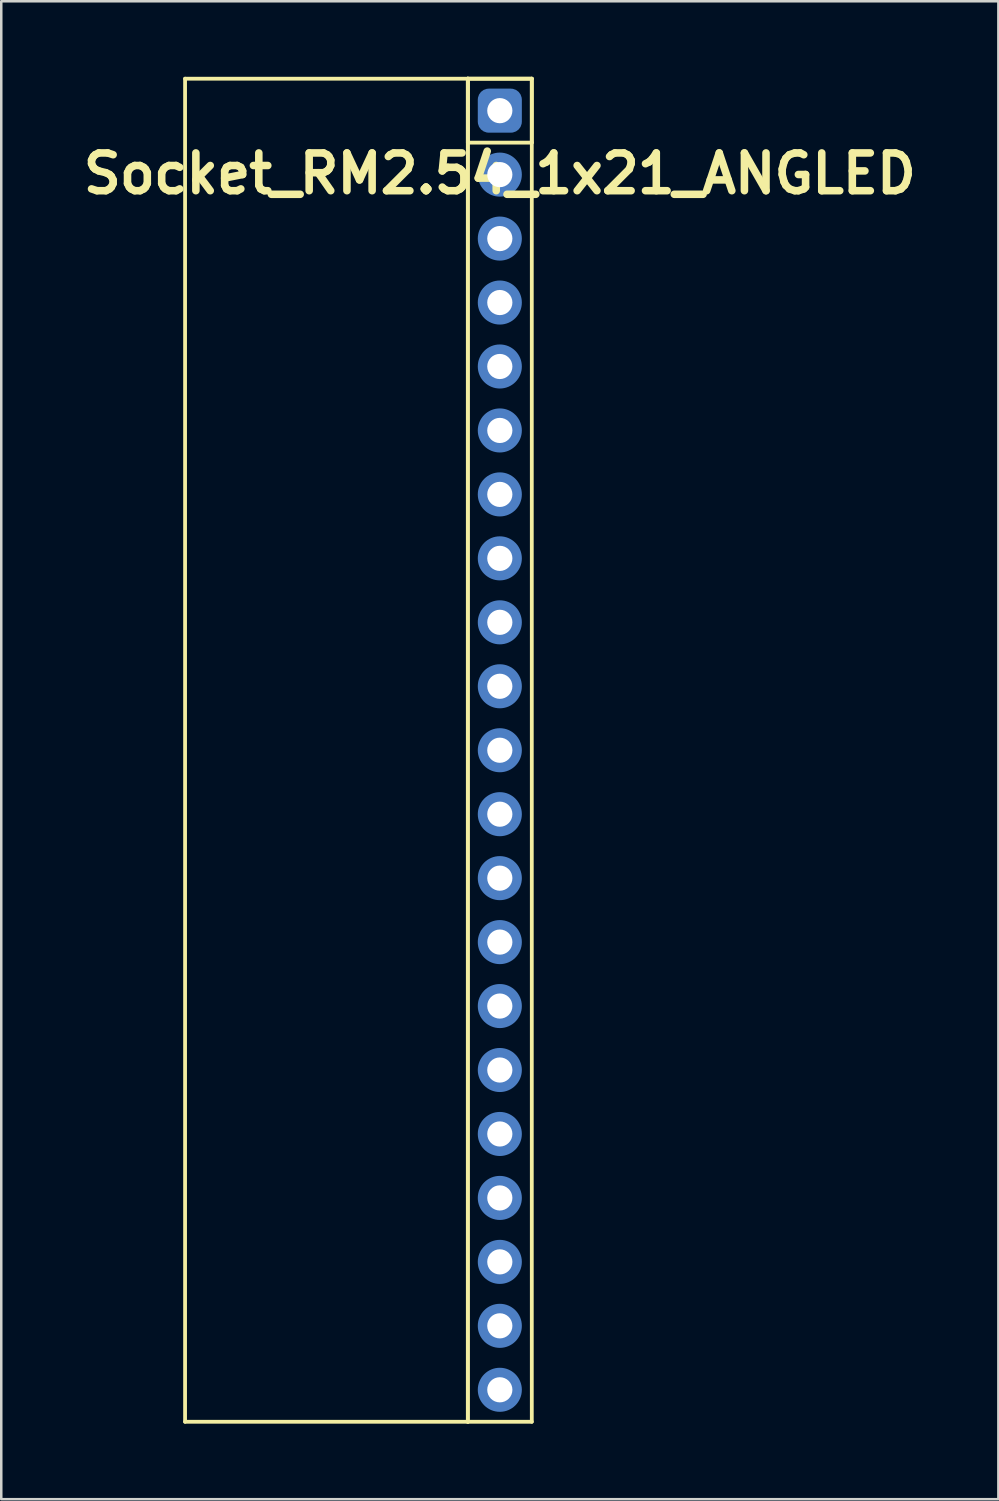
<source format=kicad_pcb>
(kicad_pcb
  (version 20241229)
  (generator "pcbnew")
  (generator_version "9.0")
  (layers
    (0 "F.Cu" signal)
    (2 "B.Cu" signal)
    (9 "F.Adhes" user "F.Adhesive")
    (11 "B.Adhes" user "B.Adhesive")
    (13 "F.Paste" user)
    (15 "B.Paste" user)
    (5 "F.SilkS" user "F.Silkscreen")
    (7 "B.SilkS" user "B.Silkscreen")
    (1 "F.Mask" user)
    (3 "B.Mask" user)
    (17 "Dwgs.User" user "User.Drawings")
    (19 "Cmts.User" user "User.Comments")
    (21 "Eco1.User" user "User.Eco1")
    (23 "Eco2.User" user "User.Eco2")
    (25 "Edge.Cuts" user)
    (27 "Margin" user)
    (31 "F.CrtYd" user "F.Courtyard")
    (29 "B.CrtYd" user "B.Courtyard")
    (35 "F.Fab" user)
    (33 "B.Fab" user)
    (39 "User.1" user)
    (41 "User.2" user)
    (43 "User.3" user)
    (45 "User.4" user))
  (footprint "Socket_RM2.54_1x21_ANGLED"
    (layer "F.Cu")
    (at 16.8 1.345)
    (property "Reference" "Socket_RM2.54_1x21_ANGLED" (at 0 2.5 0) (layer "F.SilkS") (effects (font (size 1.5 1.5) (thickness 0.3))))
    (attr through_hole)
    (fp_line (start -12.5 -1.27) (end -1.27 -1.27) (stroke (width 0.15) (type solid)) (layer "F.SilkS"))
    (fp_line (start -12.5 52.07) (end -12.5 -1.27) (stroke (width 0.15) (type solid)) (layer "F.SilkS"))
    (fp_line (start -1.27 -1.27) (end -1.27 52.07) (stroke (width 0.15) (type solid)) (layer "F.SilkS"))
    (fp_line (start -1.27 -1.27) (end 1.27 -1.27) (stroke (width 0.15) (type solid)) (layer "F.SilkS"))
    (fp_line (start -1.27 -1.27) (end 1.27 -1.27) (stroke (width 0.15) (type solid)) (layer "F.SilkS"))
    (fp_line (start -1.27 1.27) (end -1.27 -1.27) (stroke (width 0.15) (type solid)) (layer "F.SilkS"))
    (fp_line (start -1.27 52.07) (end -12.5 52.07) (stroke (width 0.15) (type solid)) (layer "F.SilkS"))
    (fp_line (start -1.27 52.07) (end -1.27 -1.27) (stroke (width 0.15) (type solid)) (layer "F.SilkS"))
    (fp_line (start 1.27 -1.27) (end 1.27 1.27) (stroke (width 0.15) (type solid)) (layer "F.SilkS"))
    (fp_line (start 1.27 -1.27) (end 1.27 52.07) (stroke (width 0.15) (type solid)) (layer "F.SilkS"))
    (fp_line (start 1.27 1.27) (end -1.27 1.27) (stroke (width 0.15) (type solid)) (layer "F.SilkS"))
    (fp_line (start 1.27 52.07) (end -1.27 52.07) (stroke (width 0.15) (type solid)) (layer "F.SilkS"))
    (pad "1" thru_hole circle (at 0 0) (size 1.3 1.3) (drill 1) (layers "*.Cu" "*.Mask"))
    (pad "1" smd roundrect (at 0 0) (size 1.5 1.5) (layers "F.Cu" "F.Mask") (roundrect_rratio 0.25))
    (pad "1" smd roundrect (at 0 0) (size 1.75 1.75) (layers "B.Cu" "B.Mask") (roundrect_rratio 0.25))
    (pad "2" thru_hole circle (at 0 2.54) (size 1.3 1.3) (drill 1) (layers "*.Cu" "*.Mask"))
    (pad "2" smd circle (at 0 2.54) (size 1.5 1.5) (layers "F.Cu" "F.Mask"))
    (pad "2" smd circle (at 0 2.54) (size 1.75 1.75) (layers "B.Cu" "B.Mask"))
    (pad "3" thru_hole circle (at 0 5.08) (size 1.3 1.3) (drill 1) (layers "*.Cu" "*.Mask"))
    (pad "3" smd circle (at 0 5.08) (size 1.5 1.5) (layers "F.Cu" "F.Mask"))
    (pad "3" smd circle (at 0 5.08) (size 1.75 1.75) (layers "B.Cu" "B.Mask"))
    (pad "4" thru_hole circle (at 0 7.62) (size 1.3 1.3) (drill 1) (layers "*.Cu" "*.Mask"))
    (pad "4" smd circle (at 0 7.62) (size 1.5 1.5) (layers "F.Cu" "F.Mask"))
    (pad "4" smd circle (at 0 7.62) (size 1.75 1.75) (layers "B.Cu" "B.Mask"))
    (pad "5" thru_hole circle (at 0 10.16) (size 1.3 1.3) (drill 1) (layers "*.Cu" "*.Mask"))
    (pad "5" smd circle (at 0 10.16) (size 1.5 1.5) (layers "F.Cu" "F.Mask"))
    (pad "5" smd circle (at 0 10.16) (size 1.75 1.75) (layers "B.Cu" "B.Mask"))
    (pad "6" thru_hole circle (at 0 12.7) (size 1.3 1.3) (drill 1) (layers "*.Cu" "*.Mask"))
    (pad "6" smd circle (at 0 12.7) (size 1.5 1.5) (layers "F.Cu" "F.Mask"))
    (pad "6" smd circle (at 0 12.7) (size 1.75 1.75) (layers "B.Cu" "B.Mask"))
    (pad "7" thru_hole circle (at 0 15.24) (size 1.3 1.3) (drill 1) (layers "*.Cu" "*.Mask"))
    (pad "7" smd circle (at 0 15.24) (size 1.5 1.5) (layers "F.Cu" "F.Mask"))
    (pad "7" smd circle (at 0 15.24) (size 1.75 1.75) (layers "B.Cu" "B.Mask"))
    (pad "8" thru_hole circle (at 0 17.78) (size 1.3 1.3) (drill 1) (layers "*.Cu" "*.Mask"))
    (pad "8" smd circle (at 0 17.78) (size 1.5 1.5) (layers "F.Cu" "F.Mask"))
    (pad "8" smd circle (at 0 17.78) (size 1.75 1.75) (layers "B.Cu" "B.Mask"))
    (pad "9" thru_hole circle (at 0 20.32) (size 1.3 1.3) (drill 1) (layers "*.Cu" "*.Mask"))
    (pad "9" smd circle (at 0 20.32) (size 1.5 1.5) (layers "F.Cu" "F.Mask"))
    (pad "9" smd circle (at 0 20.32) (size 1.75 1.75) (layers "B.Cu" "B.Mask"))
    (pad "10" thru_hole circle (at 0 22.86) (size 1.3 1.3) (drill 1) (layers "*.Cu" "*.Mask"))
    (pad "10" smd circle (at 0 22.86) (size 1.5 1.5) (layers "F.Cu" "F.Mask"))
    (pad "10" smd circle (at 0 22.86) (size 1.75 1.75) (layers "B.Cu" "B.Mask"))
    (pad "11" thru_hole circle (at 0 25.4) (size 1.3 1.3) (drill 1) (layers "*.Cu" "*.Mask"))
    (pad "11" smd circle (at 0 25.4) (size 1.5 1.5) (layers "F.Cu" "F.Mask"))
    (pad "11" smd circle (at 0 25.4) (size 1.75 1.75) (layers "B.Cu" "B.Mask"))
    (pad "12" thru_hole circle (at 0 27.94) (size 1.3 1.3) (drill 1) (layers "*.Cu" "*.Mask"))
    (pad "12" smd circle (at 0 27.94) (size 1.5 1.5) (layers "F.Cu" "F.Mask"))
    (pad "12" smd circle (at 0 27.94) (size 1.75 1.75) (layers "B.Cu" "B.Mask"))
    (pad "13" thru_hole circle (at 0 30.48) (size 1.3 1.3) (drill 1) (layers "*.Cu" "*.Mask"))
    (pad "13" smd circle (at 0 30.48) (size 1.5 1.5) (layers "F.Cu" "F.Mask"))
    (pad "13" smd circle (at 0 30.48) (size 1.75 1.75) (layers "B.Cu" "B.Mask"))
    (pad "14" thru_hole circle (at 0 33.02) (size 1.3 1.3) (drill 1) (layers "*.Cu" "*.Mask"))
    (pad "14" smd circle (at 0 33.02) (size 1.5 1.5) (layers "F.Cu" "F.Mask"))
    (pad "14" smd circle (at 0 33.02) (size 1.75 1.75) (layers "B.Cu" "B.Mask"))
    (pad "15" thru_hole circle (at 0 35.56) (size 1.3 1.3) (drill 1) (layers "*.Cu" "*.Mask"))
    (pad "15" smd circle (at 0 35.56) (size 1.5 1.5) (layers "F.Cu" "F.Mask"))
    (pad "15" smd circle (at 0 35.56) (size 1.75 1.75) (layers "B.Cu" "B.Mask"))
    (pad "16" thru_hole circle (at 0 38.1) (size 1.3 1.3) (drill 1) (layers "*.Cu" "*.Mask"))
    (pad "16" smd circle (at 0 38.1) (size 1.5 1.5) (layers "F.Cu" "F.Mask"))
    (pad "16" smd circle (at 0 38.1) (size 1.75 1.75) (layers "B.Cu" "B.Mask"))
    (pad "17" thru_hole circle (at 0 40.64) (size 1.3 1.3) (drill 1) (layers "*.Cu" "*.Mask"))
    (pad "17" smd circle (at 0 40.64) (size 1.5 1.5) (layers "F.Cu" "F.Mask"))
    (pad "17" smd circle (at 0 40.64) (size 1.75 1.75) (layers "B.Cu" "B.Mask"))
    (pad "18" thru_hole circle (at 0 43.18) (size 1.3 1.3) (drill 1) (layers "*.Cu" "*.Mask"))
    (pad "18" smd circle (at 0 43.18) (size 1.5 1.5) (layers "F.Cu" "F.Mask"))
    (pad "18" smd circle (at 0 43.18) (size 1.75 1.75) (layers "B.Cu" "B.Mask"))
    (pad "19" thru_hole circle (at 0 45.72) (size 1.3 1.3) (drill 1) (layers "*.Cu" "*.Mask"))
    (pad "19" smd circle (at 0 45.72) (size 1.5 1.5) (layers "F.Cu" "F.Mask"))
    (pad "19" smd circle (at 0 45.72) (size 1.75 1.75) (layers "B.Cu" "B.Mask"))
    (pad "20" thru_hole circle (at 0 48.26) (size 1.3 1.3) (drill 1) (layers "*.Cu" "*.Mask"))
    (pad "20" smd circle (at 0 48.26) (size 1.5 1.5) (layers "F.Cu" "F.Mask"))
    (pad "20" smd circle (at 0 48.26) (size 1.75 1.75) (layers "B.Cu" "B.Mask"))
    (pad "21" thru_hole circle (at 0 50.8) (size 1.3 1.3) (drill 1) (layers "*.Cu" "*.Mask"))
    (pad "21" smd circle (at 0 50.8) (size 1.5 1.5) (layers "F.Cu" "F.Mask"))
    (pad "21" smd circle (at 0 50.8) (size 1.75 1.75) (layers "B.Cu" "B.Mask")))
  (gr_rect
    (start -3 -3)
    (end 36.6 56.49)
    (stroke (width 0.1) (type default))
    (fill no)
    (layer "Edge.Cuts")))
</source>
